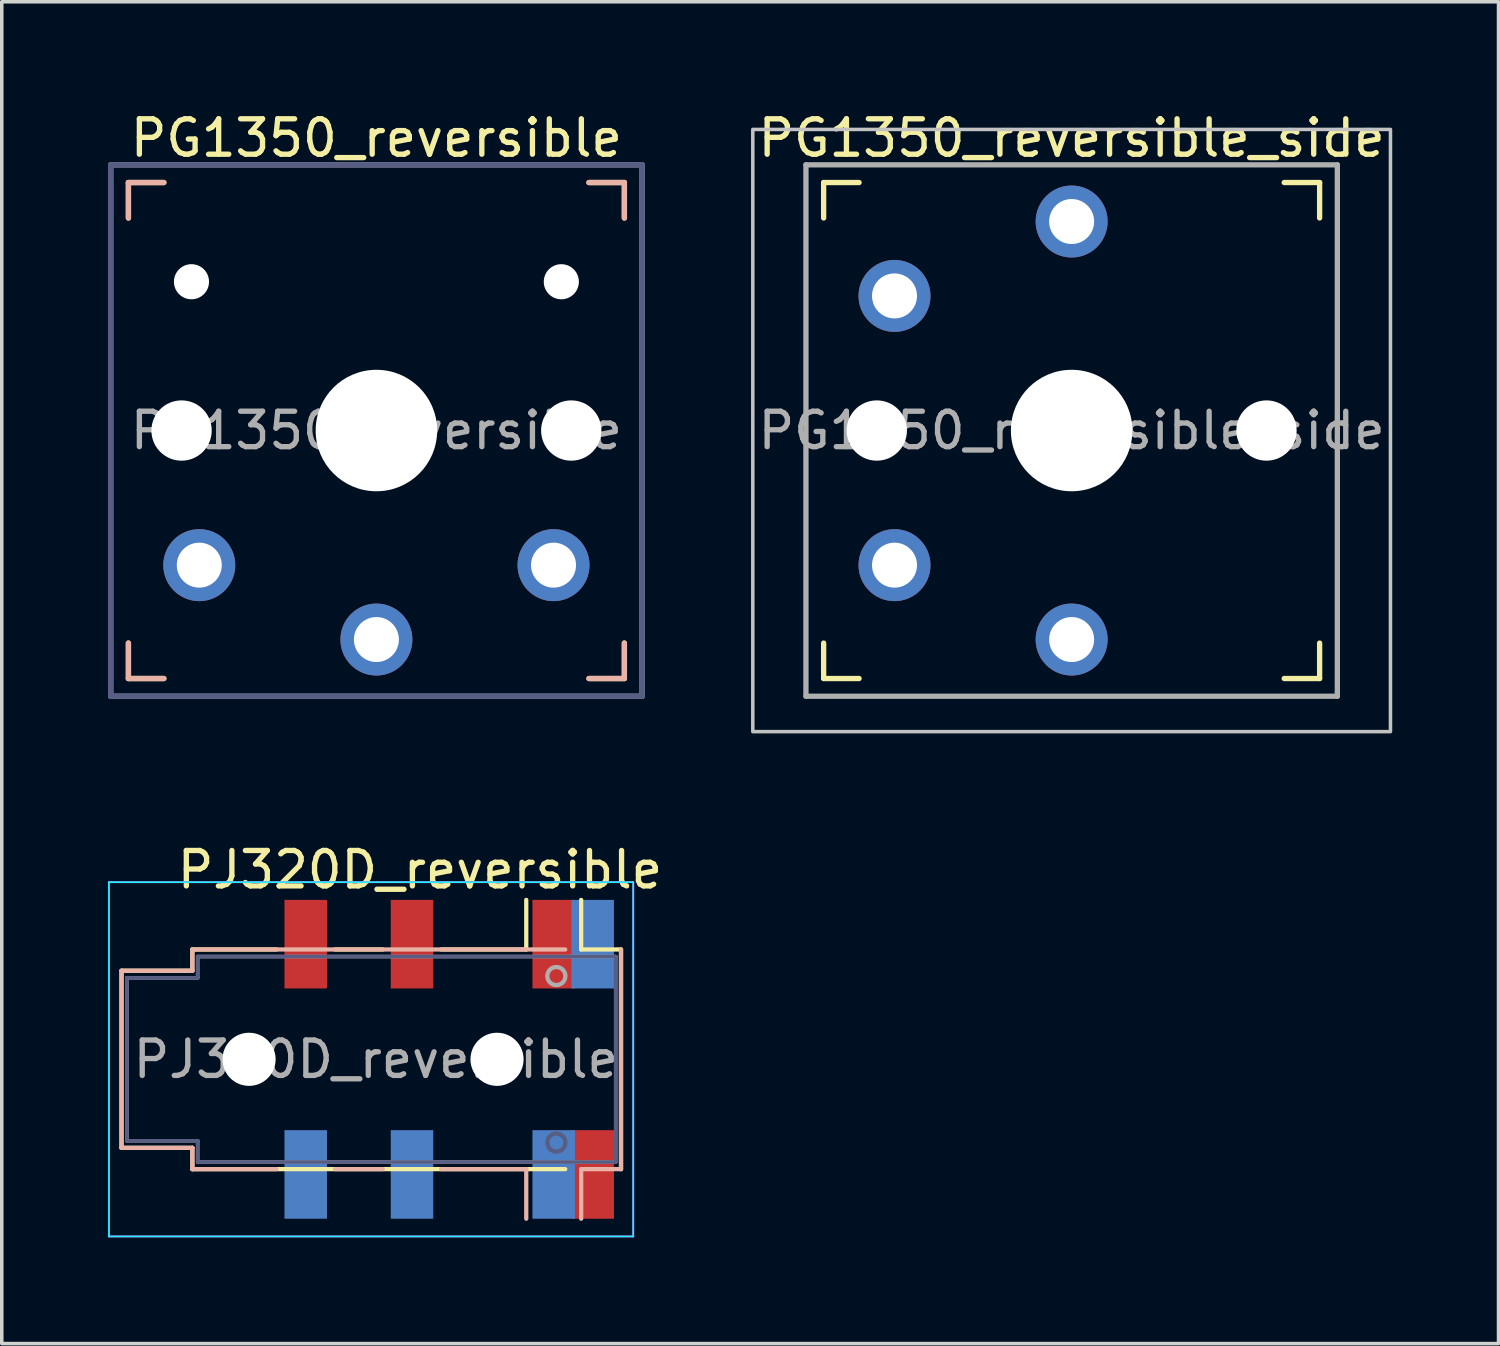
<source format=kicad_pcb>
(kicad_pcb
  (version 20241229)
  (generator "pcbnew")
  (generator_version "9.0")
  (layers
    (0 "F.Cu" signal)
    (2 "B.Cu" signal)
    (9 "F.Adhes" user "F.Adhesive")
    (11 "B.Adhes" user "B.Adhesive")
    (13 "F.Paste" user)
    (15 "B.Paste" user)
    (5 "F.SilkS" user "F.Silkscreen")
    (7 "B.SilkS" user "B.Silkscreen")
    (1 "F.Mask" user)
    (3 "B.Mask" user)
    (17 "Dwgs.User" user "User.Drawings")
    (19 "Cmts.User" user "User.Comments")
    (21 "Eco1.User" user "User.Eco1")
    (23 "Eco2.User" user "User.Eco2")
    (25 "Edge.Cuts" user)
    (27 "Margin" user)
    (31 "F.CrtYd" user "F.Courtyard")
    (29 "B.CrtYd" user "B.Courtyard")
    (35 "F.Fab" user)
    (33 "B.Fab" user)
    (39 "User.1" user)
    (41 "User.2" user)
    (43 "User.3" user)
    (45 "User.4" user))
  (footprint "PG1350_reversible"
    (layer "F.Cu")
    (at 7.575 9.103)
    (property "Reference" "PG1350_reversible" (at 0 -8.255 0) (layer "F.SilkS") (effects (font (size 1 1) (thickness 0.15))))
    (attr through_hole)
    (fp_line (start -7 -7) (end -6 -7) (stroke (width 0.15) (type solid)) (layer "F.SilkS"))
    (fp_line (start -7 -6) (end -7 -7) (stroke (width 0.15) (type solid)) (layer "F.SilkS"))
    (fp_line (start -7 7) (end -7 6) (stroke (width 0.15) (type solid)) (layer "F.SilkS"))
    (fp_line (start -6 7) (end -7 7) (stroke (width 0.15) (type solid)) (layer "F.SilkS"))
    (fp_line (start 6 -7) (end 7 -7) (stroke (width 0.15) (type solid)) (layer "F.SilkS"))
    (fp_line (start 7 -7) (end 7 -6) (stroke (width 0.15) (type solid)) (layer "F.SilkS"))
    (fp_line (start 7 6) (end 7 7) (stroke (width 0.15) (type solid)) (layer "F.SilkS"))
    (fp_line (start 7 7) (end 6 7) (stroke (width 0.15) (type solid)) (layer "F.SilkS"))
    (fp_line (start -7 -7) (end -6 -7) (stroke (width 0.15) (type solid)) (layer "B.SilkS"))
    (fp_line (start -7 -6) (end -7 -7) (stroke (width 0.15) (type solid)) (layer "B.SilkS"))
    (fp_line (start -7 7) (end -7 6) (stroke (width 0.15) (type solid)) (layer "B.SilkS"))
    (fp_line (start -6 7) (end -7 7) (stroke (width 0.15) (type solid)) (layer "B.SilkS"))
    (fp_line (start 6 -7) (end 7 -7) (stroke (width 0.15) (type solid)) (layer "B.SilkS"))
    (fp_line (start 7 -7) (end 7 -6) (stroke (width 0.15) (type solid)) (layer "B.SilkS"))
    (fp_line (start 7 6) (end 7 7) (stroke (width 0.15) (type solid)) (layer "B.SilkS"))
    (fp_line (start 7 7) (end 6 7) (stroke (width 0.15) (type solid)) (layer "B.SilkS"))
    (fp_line (start -6.9 6.9) (end -6.9 -6.9) (stroke (width 0.15) (type solid)) (layer "Eco2.User"))
    (fp_line (start -6.9 6.9) (end 6.9 6.9) (stroke (width 0.15) (type solid)) (layer "Eco2.User"))
    (fp_line (start -2.6 -3.1) (end -2.6 -6.3) (stroke (width 0.15) (type solid)) (layer "Eco2.User"))
    (fp_line (start -2.6 -3.1) (end 2.6 -3.1) (stroke (width 0.15) (type solid)) (layer "Eco2.User"))
    (fp_line (start 2.6 -6.3) (end -2.6 -6.3) (stroke (width 0.15) (type solid)) (layer "Eco2.User"))
    (fp_line (start 2.6 -3.1) (end 2.6 -6.3) (stroke (width 0.15) (type solid)) (layer "Eco2.User"))
    (fp_line (start 6.9 -6.9) (end -6.9 -6.9) (stroke (width 0.15) (type solid)) (layer "Eco2.User"))
    (fp_line (start 6.9 -6.9) (end 6.9 6.9) (stroke (width 0.15) (type solid)) (layer "Eco2.User"))
    (fp_line (start -7.5 -7.5) (end 7.5 -7.5) (stroke (width 0.15) (type solid)) (layer "B.Fab"))
    (fp_line (start -7.5 7.5) (end -7.5 -7.5) (stroke (width 0.15) (type solid)) (layer "B.Fab"))
    (fp_line (start 7.5 -7.5) (end 7.5 7.5) (stroke (width 0.15) (type solid)) (layer "B.Fab"))
    (fp_line (start 7.5 7.5) (end -7.5 7.5) (stroke (width 0.15) (type solid)) (layer "B.Fab"))
    (fp_line (start -7.5 -7.5) (end 7.5 -7.5) (stroke (width 0.15) (type solid)) (layer "F.Fab"))
    (fp_line (start -7.5 7.5) (end -7.5 -7.5) (stroke (width 0.15) (type solid)) (layer "F.Fab"))
    (fp_line (start 7.5 -7.5) (end 7.5 7.5) (stroke (width 0.15) (type solid)) (layer "F.Fab"))
    (fp_line (start 7.5 7.5) (end -7.5 7.5) (stroke (width 0.15) (type solid)) (layer "F.Fab"))
    (fp_text user "${REFERENCE}" (at 0 0 0) (layer "F.Fab") (effects (font (size 1 1) (thickness 0.15))))
    (pad "" np_thru_hole circle (at -5.5 0) (size 1.702 1.702) (drill 1.702) (layers "*.Cu" "*.Mask"))
    (pad "" np_thru_hole circle (at -5.22 -4.2) (size 0.991 0.991) (drill 0.991) (layers "*.Cu" "*.Mask"))
    (pad "" np_thru_hole circle (at 0 0) (size 3.429 3.429) (drill 3.429) (layers "*.Cu" "*.Mask"))
    (pad "" np_thru_hole circle (at 5.22 -4.2) (size 0.991 0.991) (drill 0.991) (layers "*.Cu" "*.Mask"))
    (pad "" np_thru_hole circle (at 5.5 0) (size 1.702 1.702) (drill 1.702) (layers "*.Cu" "*.Mask"))
    (pad "1" thru_hole circle (at 0 5.9) (size 2.032 2.032) (drill 1.27) (layers "*.Cu" "*.Mask"))
    (pad "2" thru_hole circle (at -5 3.8) (size 2.032 2.032) (drill 1.27) (layers "*.Cu" "*.Mask"))
    (pad "2" thru_hole circle (at 5 3.8) (size 2.032 2.032) (drill 1.27) (layers "*.Cu" "*.Mask")))
  (footprint "PJ320D_reversible"
    (layer "F.Cu")
    (at 8.755 26.852)
    (property "Reference" "PJ320D_reversible" (at 0.05 -5.35 0) (layer "F.SilkS") (effects (font (size 1 1) (thickness 0.15))))
    (attr smd)
    (fp_line (start -8.375 -2.5) (end -8.375 2.5) (stroke (width 0.12) (type solid)) (layer "F.SilkS"))
    (fp_line (start -6.375 -3.1) (end -6.375 -2.5) (stroke (width 0.12) (type solid)) (layer "F.SilkS"))
    (fp_line (start -6.375 -3.1) (end -4 -3.1) (stroke (width 0.12) (type solid)) (layer "F.SilkS"))
    (fp_line (start -6.375 -2.5) (end -8.375 -2.5) (stroke (width 0.12) (type solid)) (layer "F.SilkS"))
    (fp_line (start -6.375 2.5) (end -8.375 2.5) (stroke (width 0.12) (type solid)) (layer "F.SilkS"))
    (fp_line (start -6.375 2.5) (end -6.375 3.1) (stroke (width 0.12) (type solid)) (layer "F.SilkS"))
    (fp_line (start -2.35 -3.1) (end -1 -3.1) (stroke (width 0.12) (type solid)) (layer "F.SilkS"))
    (fp_line (start 0.65 -3.1) (end 3.05 -3.1) (stroke (width 0.12) (type solid)) (layer "F.SilkS"))
    (fp_line (start 3.05 -3.1) (end 3.05 -4.5) (stroke (width 0.12) (type solid)) (layer "F.SilkS"))
    (fp_line (start 4.15 3.1) (end -6.375 3.1) (stroke (width 0.12) (type solid)) (layer "F.SilkS"))
    (fp_line (start 4.6 -3.1) (end 4.6 -4.5) (stroke (width 0.12) (type solid)) (layer "F.SilkS"))
    (fp_line (start 4.6 -3.1) (end 5.725 -3.1) (stroke (width 0.12) (type solid)) (layer "F.SilkS"))
    (fp_line (start 5.725 3.1) (end 5.725 -3.1) (stroke (width 0.12) (type solid)) (layer "F.SilkS"))
    (fp_line (start -8.375 2.5) (end -8.375 -2.5) (stroke (width 0.12) (type solid)) (layer "B.SilkS"))
    (fp_line (start -6.375 -2.5) (end -8.375 -2.5) (stroke (width 0.12) (type solid)) (layer "B.SilkS"))
    (fp_line (start -6.375 -2.5) (end -6.375 -3.1) (stroke (width 0.12) (type solid)) (layer "B.SilkS"))
    (fp_line (start -6.375 2.5) (end -8.375 2.5) (stroke (width 0.12) (type solid)) (layer "B.SilkS"))
    (fp_line (start -6.375 3.1) (end -6.375 2.5) (stroke (width 0.12) (type solid)) (layer "B.SilkS"))
    (fp_line (start -6.375 3.1) (end -4 3.1) (stroke (width 0.12) (type solid)) (layer "B.SilkS"))
    (fp_line (start -2.35 3.1) (end -1 3.1) (stroke (width 0.12) (type solid)) (layer "B.SilkS"))
    (fp_line (start 0.65 3.1) (end 3.05 3.1) (stroke (width 0.12) (type solid)) (layer "B.SilkS"))
    (fp_line (start 3.05 3.1) (end 3.05 4.5) (stroke (width 0.12) (type solid)) (layer "B.SilkS"))
    (fp_line (start 4.15 -3.1) (end -6.375 -3.1) (stroke (width 0.12) (type solid)) (layer "B.SilkS"))
    (fp_line (start 4.6 3.1) (end 4.6 4.5) (stroke (width 0.12) (type solid)) (layer "B.SilkS"))
    (fp_line (start 4.6 3.1) (end 5.725 3.1) (stroke (width 0.12) (type solid)) (layer "B.SilkS"))
    (fp_line (start 5.725 -3.1) (end 5.725 3.1) (stroke (width 0.12) (type solid)) (layer "B.SilkS"))
    (fp_line (start -8.73 -5) (end -8.73 5) (stroke (width 0.05) (type solid)) (layer "B.CrtYd"))
    (fp_line (start -8.73 -5) (end 6.07 -5) (stroke (width 0.05) (type solid)) (layer "B.CrtYd"))
    (fp_line (start -8.73 5) (end 6.07 5) (stroke (width 0.05) (type solid)) (layer "B.CrtYd"))
    (fp_line (start 6.07 -5) (end 6.07 5) (stroke (width 0.05) (type solid)) (layer "B.CrtYd"))
    (fp_line (start -8.73 -5) (end 6.07 -5) (stroke (width 0.05) (type solid)) (layer "F.CrtYd"))
    (fp_line (start -8.73 5) (end -8.73 -5) (stroke (width 0.05) (type solid)) (layer "F.CrtYd"))
    (fp_line (start -8.73 5) (end 6.07 5) (stroke (width 0.05) (type solid)) (layer "F.CrtYd"))
    (fp_line (start 6.07 5) (end 6.07 -5) (stroke (width 0.05) (type solid)) (layer "F.CrtYd"))
    (fp_line (start -8.225 -2.3) (end -8.225 2.3) (stroke (width 0.1) (type solid)) (layer "B.Fab"))
    (fp_line (start -8.225 2.3) (end -6.225 2.3) (stroke (width 0.1) (type solid)) (layer "B.Fab"))
    (fp_line (start -6.225 -2.9) (end -6.225 -2.3) (stroke (width 0.1) (type solid)) (layer "B.Fab"))
    (fp_line (start -6.225 -2.3) (end -8.225 -2.3) (stroke (width 0.1) (type solid)) (layer "B.Fab"))
    (fp_line (start -6.225 2.3) (end -6.225 2.9) (stroke (width 0.1) (type solid)) (layer "B.Fab"))
    (fp_line (start -6.225 2.9) (end 5.575 2.9) (stroke (width 0.1) (type solid)) (layer "B.Fab"))
    (fp_line (start 5.575 -2.9) (end -6.225 -2.9) (stroke (width 0.1) (type solid)) (layer "B.Fab"))
    (fp_line (start 5.575 2.9) (end 5.575 -2.9) (stroke (width 0.1) (type solid)) (layer "B.Fab"))
    (fp_circle (center 3.9 2.35) (end 3.95 2.1) (stroke (width 0.12) (type solid)) (fill no) (layer "B.Fab"))
    (fp_line (start -8.225 -2.3) (end -6.225 -2.3) (stroke (width 0.1) (type solid)) (layer "F.Fab"))
    (fp_line (start -8.225 2.3) (end -8.225 -2.3) (stroke (width 0.1) (type solid)) (layer "F.Fab"))
    (fp_line (start -6.225 -2.9) (end 5.575 -2.9) (stroke (width 0.1) (type solid)) (layer "F.Fab"))
    (fp_line (start -6.225 -2.3) (end -6.225 -2.9) (stroke (width 0.1) (type solid)) (layer "F.Fab"))
    (fp_line (start -6.225 2.3) (end -8.225 2.3) (stroke (width 0.1) (type solid)) (layer "F.Fab"))
    (fp_line (start -6.225 2.9) (end -6.225 2.3) (stroke (width 0.1) (type solid)) (layer "F.Fab"))
    (fp_line (start 5.575 -2.9) (end 5.575 2.9) (stroke (width 0.1) (type solid)) (layer "F.Fab"))
    (fp_line (start 5.575 2.9) (end -6.225 2.9) (stroke (width 0.1) (type solid)) (layer "F.Fab"))
    (fp_circle (center 3.9 -2.35) (end 3.95 -2.1) (stroke (width 0.12) (type solid)) (fill no) (layer "F.Fab"))
    (fp_text user "${REFERENCE}" (at -1.195 0 0) (layer "F.Fab") (effects (font (size 1 1) (thickness 0.15))))
    (pad "" np_thru_hole circle (at -4.775 0 180) (size 1.5 1.5) (drill 1.5) (layers "*.Cu" "*.Mask"))
    (pad "" np_thru_hole circle (at 2.225 0) (size 1.5 1.5) (drill 1.5) (layers "*.Cu" "*.Mask"))
    (pad "R1" smd rect (at -0.175 -3.25) (size 1.2 2.5) (layers "F.Cu" "F.Mask" "F.Paste"))
    (pad "R1" smd rect (at -0.175 3.25 180) (size 1.2 2.5) (layers "B.Cu" "B.Mask" "B.Paste"))
    (pad "R2" smd rect (at -3.175 -3.25) (size 1.2 2.5) (layers "F.Cu" "F.Mask" "F.Paste"))
    (pad "R2" smd rect (at -3.175 3.25 180) (size 1.2 2.5) (layers "B.Cu" "B.Mask" "B.Paste"))
    (pad "S" smd rect (at 4.925 -3.25 180) (size 1.2 2.5) (layers "B.Cu" "B.Mask" "B.Paste"))
    (pad "S" smd rect (at 4.925 3.25) (size 1.2 2.5) (layers "F.Cu" "F.Mask" "F.Paste"))
    (pad "T" smd rect (at 3.825 -3.25) (size 1.2 2.5) (layers "F.Cu" "F.Mask" "F.Paste"))
    (pad "T" smd rect (at 3.825 3.25 180) (size 1.2 2.5) (layers "B.Cu" "B.Mask" "B.Paste")))
  (footprint "PG1350_reversible_side"
    (layer "F.Cu")
    (at 27.2 9.103)
    (property "Reference" "PG1350_reversible_side" (at 0 -8.255 0) (layer "F.SilkS") (effects (font (size 1 1) (thickness 0.15))))
    (attr through_hole)
    (fp_line (start -7 -6) (end -7 -7) (stroke (width 0.15) (type solid)) (layer "F.SilkS"))
    (fp_line (start -7 7) (end -7 6) (stroke (width 0.15) (type solid)) (layer "F.SilkS"))
    (fp_line (start -7 7) (end -6 7) (stroke (width 0.15) (type solid)) (layer "F.SilkS"))
    (fp_line (start -6 -7) (end -7 -7) (stroke (width 0.15) (type solid)) (layer "F.SilkS"))
    (fp_line (start 6 7) (end 7 7) (stroke (width 0.15) (type solid)) (layer "F.SilkS"))
    (fp_line (start 7 -7) (end 6 -7) (stroke (width 0.15) (type solid)) (layer "F.SilkS"))
    (fp_line (start 7 -7) (end 7 -6) (stroke (width 0.15) (type solid)) (layer "F.SilkS"))
    (fp_line (start 7 6) (end 7 7) (stroke (width 0.15) (type solid)) (layer "F.SilkS"))
    (fp_rect (start -9 -8.5) (end 9 8.5) (stroke (width 0.1) (type default)) (fill no) (layer "Dwgs.User"))
    (fp_line (start -6.9 6.9) (end -6.9 -6.9) (stroke (width 0.15) (type solid)) (layer "Eco2.User"))
    (fp_line (start -6.9 6.9) (end 6.9 6.9) (stroke (width 0.15) (type solid)) (layer "Eco2.User"))
    (fp_line (start 6.9 -6.9) (end -6.9 -6.9) (stroke (width 0.15) (type solid)) (layer "Eco2.User"))
    (fp_line (start 6.9 -6.9) (end 6.9 6.9) (stroke (width 0.15) (type solid)) (layer "Eco2.User"))
    (fp_line (start -7.5 -7.5) (end 7.5 -7.5) (stroke (width 0.15) (type solid)) (layer "F.Fab"))
    (fp_line (start -7.5 7.5) (end -7.5 -7.5) (stroke (width 0.15) (type solid)) (layer "F.Fab"))
    (fp_line (start 7.5 -7.5) (end 7.5 7.5) (stroke (width 0.15) (type solid)) (layer "F.Fab"))
    (fp_line (start 7.5 7.5) (end -7.5 7.5) (stroke (width 0.15) (type solid)) (layer "F.Fab"))
    (fp_text user "${REFERENCE}" (at 0 0 0) (layer "F.Fab") (effects (font (size 1 1) (thickness 0.15))))
    (pad "" np_thru_hole circle (at -5.5 0) (size 1.702 1.702) (drill 1.702) (layers "*.Cu" "*.Mask"))
    (pad "" np_thru_hole circle (at 0 0) (size 3.429 3.429) (drill 3.429) (layers "*.Cu" "*.Mask"))
    (pad "" np_thru_hole circle (at 5.5 0) (size 1.702 1.702) (drill 1.702) (layers "*.Cu" "*.Mask"))
    (pad "1" thru_hole circle (at -5 -3.8 180) (size 2.032 2.032) (drill 1.27) (layers "*.Cu" "*.Mask"))
    (pad "1" thru_hole circle (at -5 3.8) (size 2.032 2.032) (drill 1.27) (layers "*.Cu" "*.Mask"))
    (pad "2" thru_hole circle (at 0 -5.9 180) (size 2.032 2.032) (drill 1.27) (layers "*.Cu" "*.Mask"))
    (pad "2" thru_hole circle (at 0 5.9) (size 2.032 2.032) (drill 1.27) (layers "*.Cu" "*.Mask")))
  (gr_rect
    (start -3 -3)
    (end 39.25 34.877)
    (stroke (width 0.1) (type default))
    (fill no)
    (layer "Edge.Cuts")))
</source>
